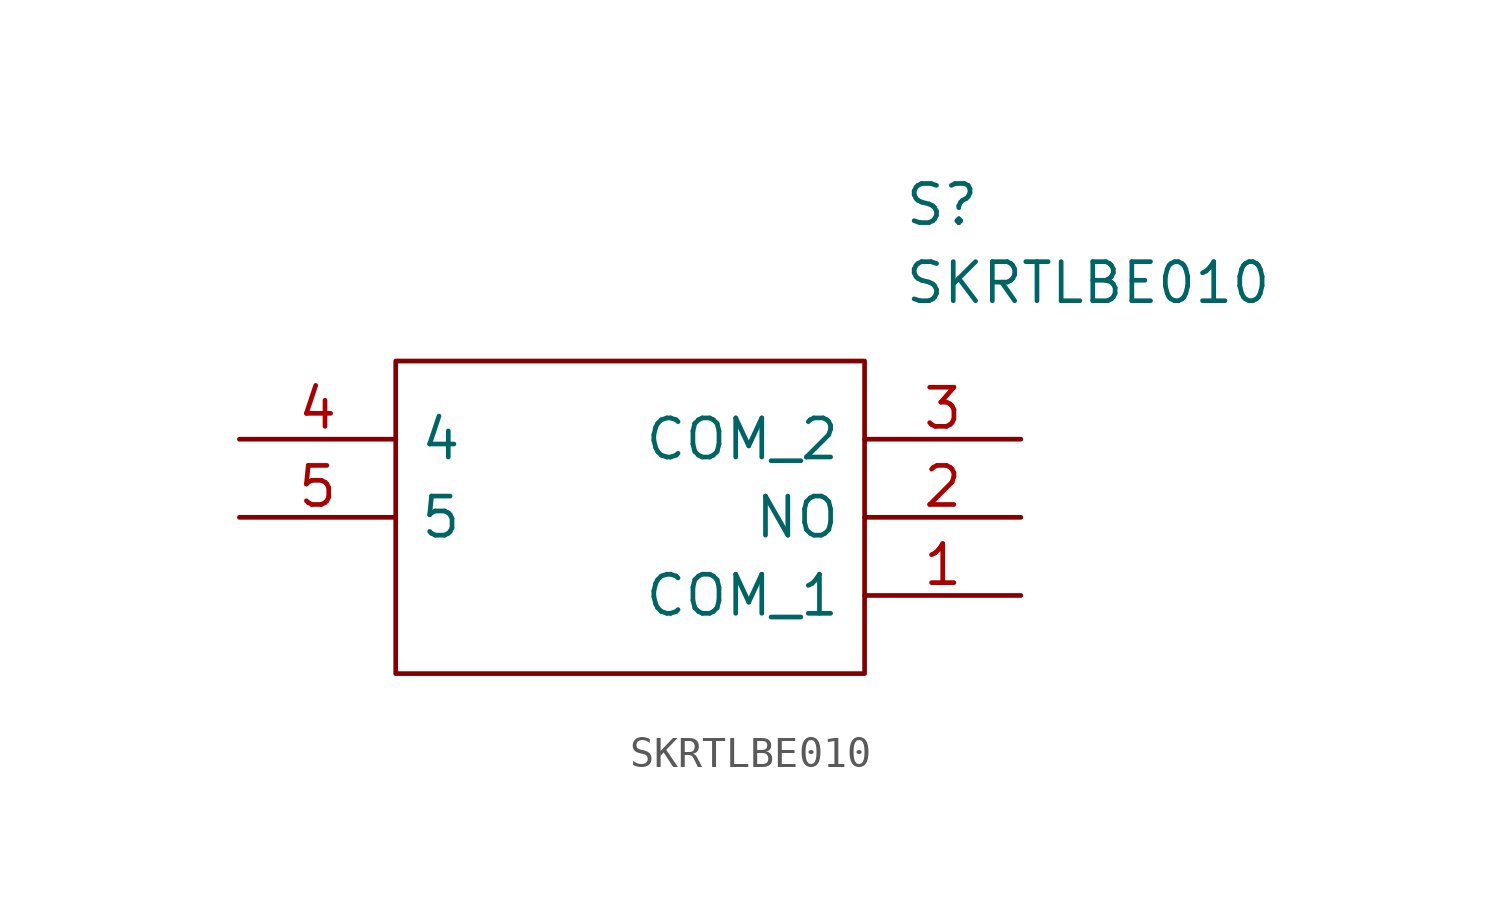
<source format=kicad_sym>
(kicad_symbol_lib
  (version 20231120)
  (generator "kicad_symbol_editor")
  (generator_version "8.0")
  (symbol "SKRTLBE010"
    (pin_names
      (offset 0.762))
    (property "Reference" "S"
      (at 21.59 7.62 0)
      (effects (font (size 1.27 1.27)) (justify left)))
    (property "Value" "SKRTLBE010"
      (at 21.59 5.08 0)
      (effects (font (size 1.27 1.27)) (justify left)))
    (symbol "SKRTLBE010_0_0"
      (pin passive line (at 25.4 -5.08 180) (length 5.08) (name "COM_1" (effects (font (size 1.27 1.27)))) (number "1" (effects (font (size 1.27 1.27)))))
      (pin passive line (at 25.4 -2.54 180) (length 5.08) (name "NO" (effects (font (size 1.27 1.27)))) (number "2" (effects (font (size 1.27 1.27)))))
      (pin passive line (at 25.4 0 180) (length 5.08) (name "COM_2" (effects (font (size 1.27 1.27)))) (number "3" (effects (font (size 1.27 1.27)))))
      (pin passive line (at 0 0 0) (length 5.08) (name "4" (effects (font (size 1.27 1.27)))) (number "4" (effects (font (size 1.27 1.27)))))
      (pin passive line (at 0 -2.54 0) (length 5.08) (name "5" (effects (font (size 1.27 1.27)))) (number "5" (effects (font (size 1.27 1.27))))))
    (symbol "SKRTLBE010_0_1"
      (polyline (pts (xy 5.08 2.54) (xy 20.32 2.54) (xy 20.32 -7.62) (xy 5.08 -7.62) (xy 5.08 2.54)) (stroke (width 0.152) (type solid)) (fill (type none))))))
</source>
